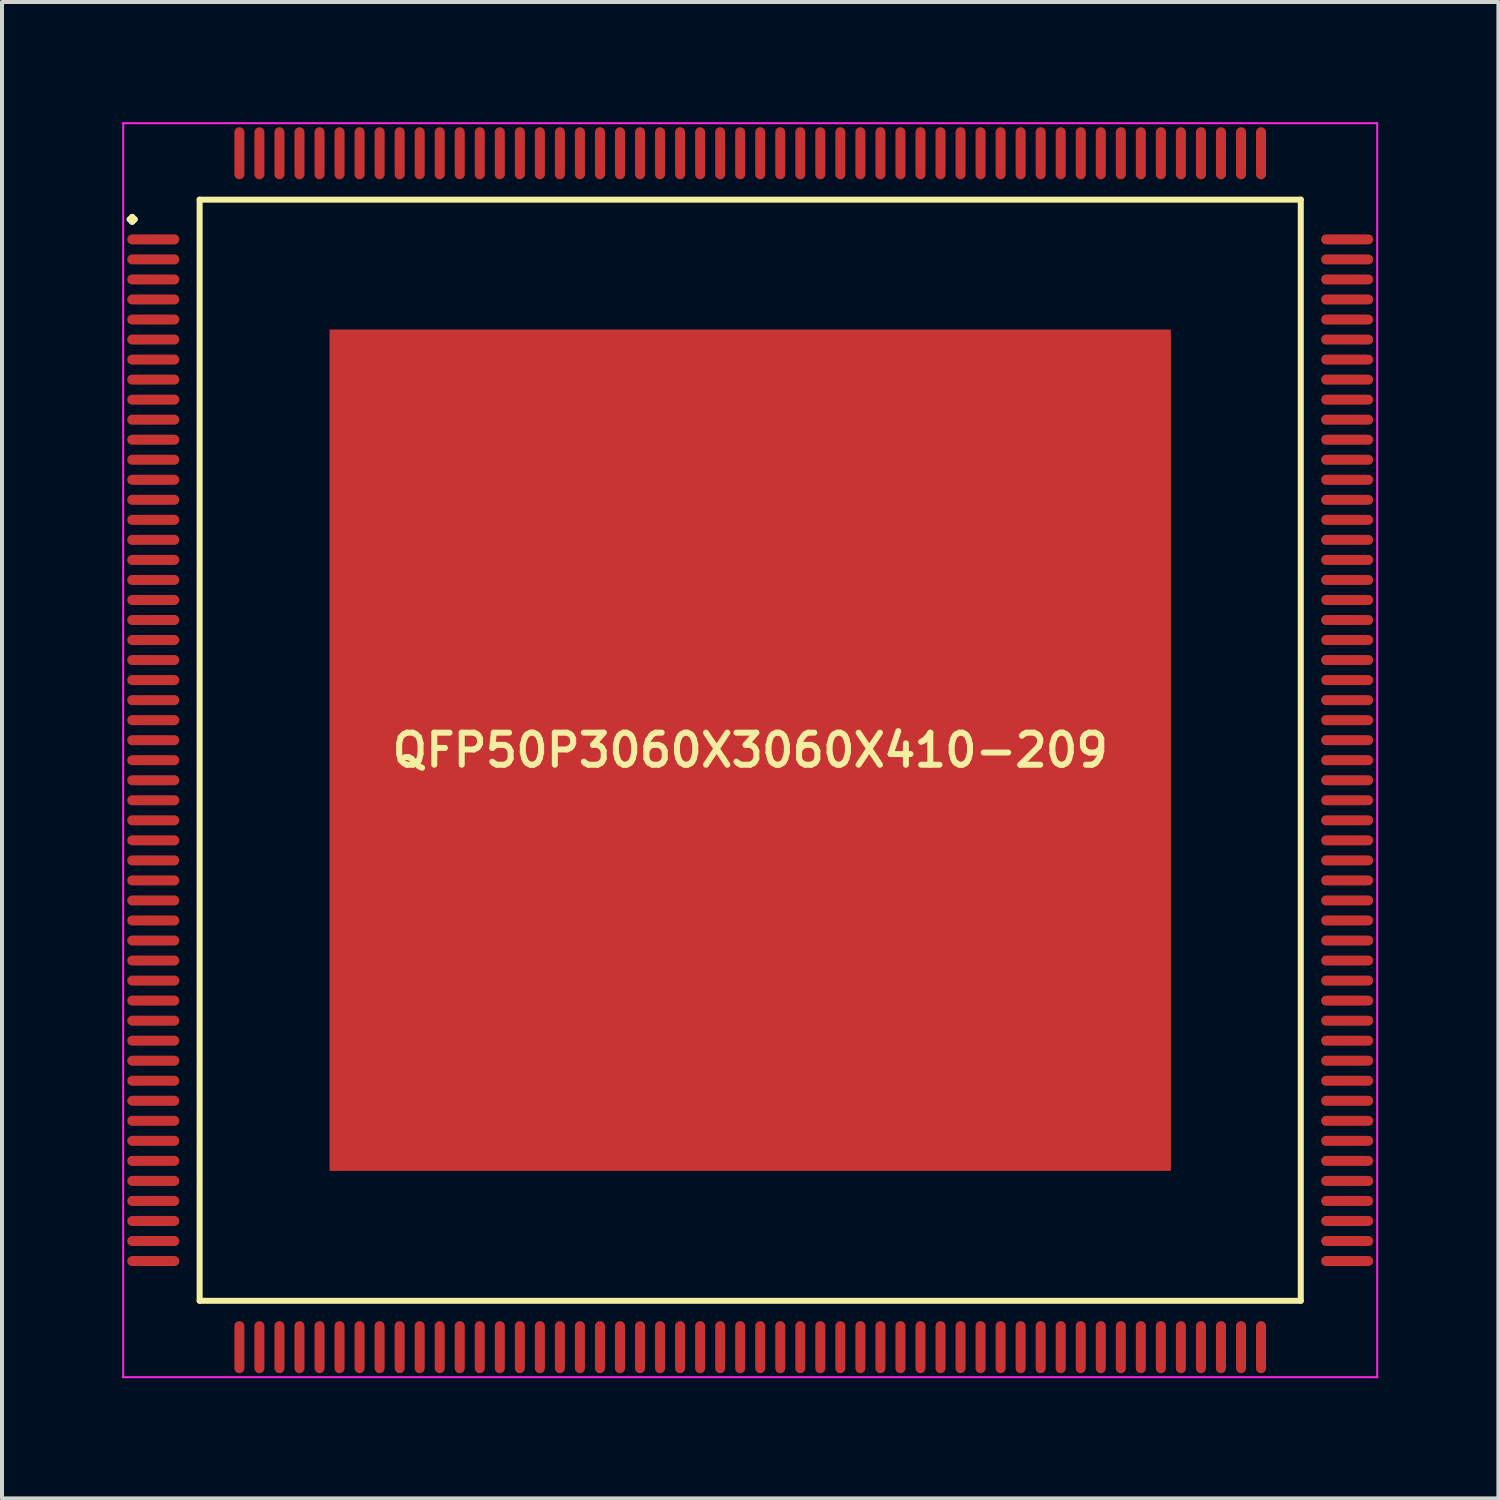
<source format=kicad_pcb>
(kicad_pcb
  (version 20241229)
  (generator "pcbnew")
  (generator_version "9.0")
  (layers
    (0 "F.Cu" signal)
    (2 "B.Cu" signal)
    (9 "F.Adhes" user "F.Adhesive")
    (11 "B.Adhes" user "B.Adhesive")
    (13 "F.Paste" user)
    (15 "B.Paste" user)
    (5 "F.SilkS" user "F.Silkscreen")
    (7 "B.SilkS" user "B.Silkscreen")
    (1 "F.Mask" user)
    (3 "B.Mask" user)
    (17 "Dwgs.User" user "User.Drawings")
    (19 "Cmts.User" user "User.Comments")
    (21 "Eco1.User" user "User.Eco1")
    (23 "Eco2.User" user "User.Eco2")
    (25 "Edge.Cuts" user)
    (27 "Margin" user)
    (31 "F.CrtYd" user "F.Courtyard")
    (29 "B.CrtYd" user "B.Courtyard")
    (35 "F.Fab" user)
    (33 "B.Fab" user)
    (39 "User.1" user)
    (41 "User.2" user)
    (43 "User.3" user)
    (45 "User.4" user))
  (footprint "QFP50P3060X3060X410-209"
    (layer "F.Cu")
    (at 15.675 15.675)
    (property "Reference" "QFP50P3060X3060X410-209" (at 0 0 0) (layer "F.SilkS") (effects (font (size 0.8 0.8) (thickness 0.15))))
    (attr smd)
    (fp_line (start -15.488 -13.25) (end -15.425 -13.312) (stroke (width 0.15) (type solid)) (layer "F.SilkS"))
    (fp_line (start -15.425 -13.312) (end -15.363 -13.25) (stroke (width 0.15) (type solid)) (layer "F.SilkS"))
    (fp_line (start -15.425 -13.188) (end -15.488 -13.25) (stroke (width 0.15) (type solid)) (layer "F.SilkS"))
    (fp_line (start -15.363 -13.25) (end -15.425 -13.188) (stroke (width 0.15) (type solid)) (layer "F.SilkS"))
    (fp_line (start -13.742 -13.742) (end -13.742 13.742) (stroke (width 0.15) (type solid)) (layer "F.SilkS"))
    (fp_line (start -13.742 13.742) (end 13.742 13.742) (stroke (width 0.15) (type solid)) (layer "F.SilkS"))
    (fp_line (start 13.742 -13.742) (end -13.742 -13.742) (stroke (width 0.15) (type solid)) (layer "F.SilkS"))
    (fp_line (start 13.742 13.742) (end 13.742 -13.742) (stroke (width 0.15) (type solid)) (layer "F.SilkS"))
    (fp_line (start -15.65 -15.65) (end 15.65 -15.65) (stroke (width 0.05) (type solid)) (layer "F.CrtYd"))
    (fp_line (start -15.65 15.65) (end -15.65 -15.65) (stroke (width 0.05) (type solid)) (layer "F.CrtYd"))
    (fp_line (start 15.65 -15.65) (end 15.65 15.65) (stroke (width 0.05) (type solid)) (layer "F.CrtYd"))
    (fp_line (start 15.65 15.65) (end -15.65 15.65) (stroke (width 0.05) (type solid)) (layer "F.CrtYd"))
    (pad "1" smd oval (at -14.9 -12.75) (size 1.3 0.25) (layers "F.Cu" "F.Mask" "F.Paste"))
    (pad "2" smd oval (at -14.9 -12.25) (size 1.3 0.25) (layers "F.Cu" "F.Mask" "F.Paste"))
    (pad "3" smd oval (at -14.9 -11.75) (size 1.3 0.25) (layers "F.Cu" "F.Mask" "F.Paste"))
    (pad "4" smd oval (at -14.9 -11.25) (size 1.3 0.25) (layers "F.Cu" "F.Mask" "F.Paste"))
    (pad "5" smd oval (at -14.9 -10.75) (size 1.3 0.25) (layers "F.Cu" "F.Mask" "F.Paste"))
    (pad "6" smd oval (at -14.9 -10.25) (size 1.3 0.25) (layers "F.Cu" "F.Mask" "F.Paste"))
    (pad "7" smd oval (at -14.9 -9.75) (size 1.3 0.25) (layers "F.Cu" "F.Mask" "F.Paste"))
    (pad "8" smd oval (at -14.9 -9.25) (size 1.3 0.25) (layers "F.Cu" "F.Mask" "F.Paste"))
    (pad "9" smd oval (at -14.9 -8.75) (size 1.3 0.25) (layers "F.Cu" "F.Mask" "F.Paste"))
    (pad "10" smd oval (at -14.9 -8.25) (size 1.3 0.25) (layers "F.Cu" "F.Mask" "F.Paste"))
    (pad "11" smd oval (at -14.9 -7.75) (size 1.3 0.25) (layers "F.Cu" "F.Mask" "F.Paste"))
    (pad "12" smd oval (at -14.9 -7.25) (size 1.3 0.25) (layers "F.Cu" "F.Mask" "F.Paste"))
    (pad "13" smd oval (at -14.9 -6.75) (size 1.3 0.25) (layers "F.Cu" "F.Mask" "F.Paste"))
    (pad "14" smd oval (at -14.9 -6.25) (size 1.3 0.25) (layers "F.Cu" "F.Mask" "F.Paste"))
    (pad "15" smd oval (at -14.9 -5.75) (size 1.3 0.25) (layers "F.Cu" "F.Mask" "F.Paste"))
    (pad "16" smd oval (at -14.9 -5.25) (size 1.3 0.25) (layers "F.Cu" "F.Mask" "F.Paste"))
    (pad "17" smd oval (at -14.9 -4.75) (size 1.3 0.25) (layers "F.Cu" "F.Mask" "F.Paste"))
    (pad "18" smd oval (at -14.9 -4.25) (size 1.3 0.25) (layers "F.Cu" "F.Mask" "F.Paste"))
    (pad "19" smd oval (at -14.9 -3.75) (size 1.3 0.25) (layers "F.Cu" "F.Mask" "F.Paste"))
    (pad "20" smd oval (at -14.9 -3.25) (size 1.3 0.25) (layers "F.Cu" "F.Mask" "F.Paste"))
    (pad "21" smd oval (at -14.9 -2.75) (size 1.3 0.25) (layers "F.Cu" "F.Mask" "F.Paste"))
    (pad "22" smd oval (at -14.9 -2.25) (size 1.3 0.25) (layers "F.Cu" "F.Mask" "F.Paste"))
    (pad "23" smd oval (at -14.9 -1.75) (size 1.3 0.25) (layers "F.Cu" "F.Mask" "F.Paste"))
    (pad "24" smd oval (at -14.9 -1.25) (size 1.3 0.25) (layers "F.Cu" "F.Mask" "F.Paste"))
    (pad "25" smd oval (at -14.9 -0.75) (size 1.3 0.25) (layers "F.Cu" "F.Mask" "F.Paste"))
    (pad "26" smd oval (at -14.9 -0.25) (size 1.3 0.25) (layers "F.Cu" "F.Mask" "F.Paste"))
    (pad "27" smd oval (at -14.9 0.25) (size 1.3 0.25) (layers "F.Cu" "F.Mask" "F.Paste"))
    (pad "28" smd oval (at -14.9 0.75) (size 1.3 0.25) (layers "F.Cu" "F.Mask" "F.Paste"))
    (pad "29" smd oval (at -14.9 1.25) (size 1.3 0.25) (layers "F.Cu" "F.Mask" "F.Paste"))
    (pad "30" smd oval (at -14.9 1.75) (size 1.3 0.25) (layers "F.Cu" "F.Mask" "F.Paste"))
    (pad "31" smd oval (at -14.9 2.25) (size 1.3 0.25) (layers "F.Cu" "F.Mask" "F.Paste"))
    (pad "32" smd oval (at -14.9 2.75) (size 1.3 0.25) (layers "F.Cu" "F.Mask" "F.Paste"))
    (pad "33" smd oval (at -14.9 3.25) (size 1.3 0.25) (layers "F.Cu" "F.Mask" "F.Paste"))
    (pad "34" smd oval (at -14.9 3.75) (size 1.3 0.25) (layers "F.Cu" "F.Mask" "F.Paste"))
    (pad "35" smd oval (at -14.9 4.25) (size 1.3 0.25) (layers "F.Cu" "F.Mask" "F.Paste"))
    (pad "36" smd oval (at -14.9 4.75) (size 1.3 0.25) (layers "F.Cu" "F.Mask" "F.Paste"))
    (pad "37" smd oval (at -14.9 5.25) (size 1.3 0.25) (layers "F.Cu" "F.Mask" "F.Paste"))
    (pad "38" smd oval (at -14.9 5.75) (size 1.3 0.25) (layers "F.Cu" "F.Mask" "F.Paste"))
    (pad "39" smd oval (at -14.9 6.25) (size 1.3 0.25) (layers "F.Cu" "F.Mask" "F.Paste"))
    (pad "40" smd oval (at -14.9 6.75) (size 1.3 0.25) (layers "F.Cu" "F.Mask" "F.Paste"))
    (pad "41" smd oval (at -14.9 7.25) (size 1.3 0.25) (layers "F.Cu" "F.Mask" "F.Paste"))
    (pad "42" smd oval (at -14.9 7.75) (size 1.3 0.25) (layers "F.Cu" "F.Mask" "F.Paste"))
    (pad "43" smd oval (at -14.9 8.25) (size 1.3 0.25) (layers "F.Cu" "F.Mask" "F.Paste"))
    (pad "44" smd oval (at -14.9 8.75) (size 1.3 0.25) (layers "F.Cu" "F.Mask" "F.Paste"))
    (pad "45" smd oval (at -14.9 9.25) (size 1.3 0.25) (layers "F.Cu" "F.Mask" "F.Paste"))
    (pad "46" smd oval (at -14.9 9.75) (size 1.3 0.25) (layers "F.Cu" "F.Mask" "F.Paste"))
    (pad "47" smd oval (at -14.9 10.25) (size 1.3 0.25) (layers "F.Cu" "F.Mask" "F.Paste"))
    (pad "48" smd oval (at -14.9 10.75) (size 1.3 0.25) (layers "F.Cu" "F.Mask" "F.Paste"))
    (pad "49" smd oval (at -14.9 11.25) (size 1.3 0.25) (layers "F.Cu" "F.Mask" "F.Paste"))
    (pad "50" smd oval (at -14.9 11.75) (size 1.3 0.25) (layers "F.Cu" "F.Mask" "F.Paste"))
    (pad "51" smd oval (at -14.9 12.25) (size 1.3 0.25) (layers "F.Cu" "F.Mask" "F.Paste"))
    (pad "52" smd oval (at -14.9 12.75) (size 1.3 0.25) (layers "F.Cu" "F.Mask" "F.Paste"))
    (pad "53" smd oval (at -12.75 14.9) (size 0.25 1.3) (layers "F.Cu" "F.Mask" "F.Paste"))
    (pad "54" smd oval (at -12.25 14.9) (size 0.25 1.3) (layers "F.Cu" "F.Mask" "F.Paste"))
    (pad "55" smd oval (at -11.75 14.9) (size 0.25 1.3) (layers "F.Cu" "F.Mask" "F.Paste"))
    (pad "56" smd oval (at -11.25 14.9) (size 0.25 1.3) (layers "F.Cu" "F.Mask" "F.Paste"))
    (pad "57" smd oval (at -10.75 14.9) (size 0.25 1.3) (layers "F.Cu" "F.Mask" "F.Paste"))
    (pad "58" smd oval (at -10.25 14.9) (size 0.25 1.3) (layers "F.Cu" "F.Mask" "F.Paste"))
    (pad "59" smd oval (at -9.75 14.9) (size 0.25 1.3) (layers "F.Cu" "F.Mask" "F.Paste"))
    (pad "60" smd oval (at -9.25 14.9) (size 0.25 1.3) (layers "F.Cu" "F.Mask" "F.Paste"))
    (pad "61" smd oval (at -8.75 14.9) (size 0.25 1.3) (layers "F.Cu" "F.Mask" "F.Paste"))
    (pad "62" smd oval (at -8.25 14.9) (size 0.25 1.3) (layers "F.Cu" "F.Mask" "F.Paste"))
    (pad "63" smd oval (at -7.75 14.9) (size 0.25 1.3) (layers "F.Cu" "F.Mask" "F.Paste"))
    (pad "64" smd oval (at -7.25 14.9) (size 0.25 1.3) (layers "F.Cu" "F.Mask" "F.Paste"))
    (pad "65" smd oval (at -6.75 14.9) (size 0.25 1.3) (layers "F.Cu" "F.Mask" "F.Paste"))
    (pad "66" smd oval (at -6.25 14.9) (size 0.25 1.3) (layers "F.Cu" "F.Mask" "F.Paste"))
    (pad "67" smd oval (at -5.75 14.9) (size 0.25 1.3) (layers "F.Cu" "F.Mask" "F.Paste"))
    (pad "68" smd oval (at -5.25 14.9) (size 0.25 1.3) (layers "F.Cu" "F.Mask" "F.Paste"))
    (pad "69" smd oval (at -4.75 14.9) (size 0.25 1.3) (layers "F.Cu" "F.Mask" "F.Paste"))
    (pad "70" smd oval (at -4.25 14.9) (size 0.25 1.3) (layers "F.Cu" "F.Mask" "F.Paste"))
    (pad "71" smd oval (at -3.75 14.9) (size 0.25 1.3) (layers "F.Cu" "F.Mask" "F.Paste"))
    (pad "72" smd oval (at -3.25 14.9) (size 0.25 1.3) (layers "F.Cu" "F.Mask" "F.Paste"))
    (pad "73" smd oval (at -2.75 14.9) (size 0.25 1.3) (layers "F.Cu" "F.Mask" "F.Paste"))
    (pad "74" smd oval (at -2.25 14.9) (size 0.25 1.3) (layers "F.Cu" "F.Mask" "F.Paste"))
    (pad "75" smd oval (at -1.75 14.9) (size 0.25 1.3) (layers "F.Cu" "F.Mask" "F.Paste"))
    (pad "76" smd oval (at -1.25 14.9) (size 0.25 1.3) (layers "F.Cu" "F.Mask" "F.Paste"))
    (pad "77" smd oval (at -0.75 14.9) (size 0.25 1.3) (layers "F.Cu" "F.Mask" "F.Paste"))
    (pad "78" smd oval (at -0.25 14.9) (size 0.25 1.3) (layers "F.Cu" "F.Mask" "F.Paste"))
    (pad "79" smd oval (at 0.25 14.9) (size 0.25 1.3) (layers "F.Cu" "F.Mask" "F.Paste"))
    (pad "80" smd oval (at 0.75 14.9) (size 0.25 1.3) (layers "F.Cu" "F.Mask" "F.Paste"))
    (pad "81" smd oval (at 1.25 14.9) (size 0.25 1.3) (layers "F.Cu" "F.Mask" "F.Paste"))
    (pad "82" smd oval (at 1.75 14.9) (size 0.25 1.3) (layers "F.Cu" "F.Mask" "F.Paste"))
    (pad "83" smd oval (at 2.25 14.9) (size 0.25 1.3) (layers "F.Cu" "F.Mask" "F.Paste"))
    (pad "84" smd oval (at 2.75 14.9) (size 0.25 1.3) (layers "F.Cu" "F.Mask" "F.Paste"))
    (pad "85" smd oval (at 3.25 14.9) (size 0.25 1.3) (layers "F.Cu" "F.Mask" "F.Paste"))
    (pad "86" smd oval (at 3.75 14.9) (size 0.25 1.3) (layers "F.Cu" "F.Mask" "F.Paste"))
    (pad "87" smd oval (at 4.25 14.9) (size 0.25 1.3) (layers "F.Cu" "F.Mask" "F.Paste"))
    (pad "88" smd oval (at 4.75 14.9) (size 0.25 1.3) (layers "F.Cu" "F.Mask" "F.Paste"))
    (pad "89" smd oval (at 5.25 14.9) (size 0.25 1.3) (layers "F.Cu" "F.Mask" "F.Paste"))
    (pad "90" smd oval (at 5.75 14.9) (size 0.25 1.3) (layers "F.Cu" "F.Mask" "F.Paste"))
    (pad "91" smd oval (at 6.25 14.9) (size 0.25 1.3) (layers "F.Cu" "F.Mask" "F.Paste"))
    (pad "92" smd oval (at 6.75 14.9) (size 0.25 1.3) (layers "F.Cu" "F.Mask" "F.Paste"))
    (pad "93" smd oval (at 7.25 14.9) (size 0.25 1.3) (layers "F.Cu" "F.Mask" "F.Paste"))
    (pad "94" smd oval (at 7.75 14.9) (size 0.25 1.3) (layers "F.Cu" "F.Mask" "F.Paste"))
    (pad "95" smd oval (at 8.25 14.9) (size 0.25 1.3) (layers "F.Cu" "F.Mask" "F.Paste"))
    (pad "96" smd oval (at 8.75 14.9) (size 0.25 1.3) (layers "F.Cu" "F.Mask" "F.Paste"))
    (pad "97" smd oval (at 9.25 14.9) (size 0.25 1.3) (layers "F.Cu" "F.Mask" "F.Paste"))
    (pad "98" smd oval (at 9.75 14.9) (size 0.25 1.3) (layers "F.Cu" "F.Mask" "F.Paste"))
    (pad "99" smd oval (at 10.25 14.9) (size 0.25 1.3) (layers "F.Cu" "F.Mask" "F.Paste"))
    (pad "100" smd oval (at 10.75 14.9) (size 0.25 1.3) (layers "F.Cu" "F.Mask" "F.Paste"))
    (pad "101" smd oval (at 11.25 14.9) (size 0.25 1.3) (layers "F.Cu" "F.Mask" "F.Paste"))
    (pad "102" smd oval (at 11.75 14.9) (size 0.25 1.3) (layers "F.Cu" "F.Mask" "F.Paste"))
    (pad "103" smd oval (at 12.25 14.9) (size 0.25 1.3) (layers "F.Cu" "F.Mask" "F.Paste"))
    (pad "104" smd oval (at 12.75 14.9) (size 0.25 1.3) (layers "F.Cu" "F.Mask" "F.Paste"))
    (pad "105" smd oval (at 14.9 12.75) (size 1.3 0.25) (layers "F.Cu" "F.Mask" "F.Paste"))
    (pad "106" smd oval (at 14.9 12.25) (size 1.3 0.25) (layers "F.Cu" "F.Mask" "F.Paste"))
    (pad "107" smd oval (at 14.9 11.75) (size 1.3 0.25) (layers "F.Cu" "F.Mask" "F.Paste"))
    (pad "108" smd oval (at 14.9 11.25) (size 1.3 0.25) (layers "F.Cu" "F.Mask" "F.Paste"))
    (pad "109" smd oval (at 14.9 10.75) (size 1.3 0.25) (layers "F.Cu" "F.Mask" "F.Paste"))
    (pad "110" smd oval (at 14.9 10.25) (size 1.3 0.25) (layers "F.Cu" "F.Mask" "F.Paste"))
    (pad "111" smd oval (at 14.9 9.75) (size 1.3 0.25) (layers "F.Cu" "F.Mask" "F.Paste"))
    (pad "112" smd oval (at 14.9 9.25) (size 1.3 0.25) (layers "F.Cu" "F.Mask" "F.Paste"))
    (pad "113" smd oval (at 14.9 8.75) (size 1.3 0.25) (layers "F.Cu" "F.Mask" "F.Paste"))
    (pad "114" smd oval (at 14.9 8.25) (size 1.3 0.25) (layers "F.Cu" "F.Mask" "F.Paste"))
    (pad "115" smd oval (at 14.9 7.75) (size 1.3 0.25) (layers "F.Cu" "F.Mask" "F.Paste"))
    (pad "116" smd oval (at 14.9 7.25) (size 1.3 0.25) (layers "F.Cu" "F.Mask" "F.Paste"))
    (pad "117" smd oval (at 14.9 6.75) (size 1.3 0.25) (layers "F.Cu" "F.Mask" "F.Paste"))
    (pad "118" smd oval (at 14.9 6.25) (size 1.3 0.25) (layers "F.Cu" "F.Mask" "F.Paste"))
    (pad "119" smd oval (at 14.9 5.75) (size 1.3 0.25) (layers "F.Cu" "F.Mask" "F.Paste"))
    (pad "120" smd oval (at 14.9 5.25) (size 1.3 0.25) (layers "F.Cu" "F.Mask" "F.Paste"))
    (pad "121" smd oval (at 14.9 4.75) (size 1.3 0.25) (layers "F.Cu" "F.Mask" "F.Paste"))
    (pad "122" smd oval (at 14.9 4.25) (size 1.3 0.25) (layers "F.Cu" "F.Mask" "F.Paste"))
    (pad "123" smd oval (at 14.9 3.75) (size 1.3 0.25) (layers "F.Cu" "F.Mask" "F.Paste"))
    (pad "124" smd oval (at 14.9 3.25) (size 1.3 0.25) (layers "F.Cu" "F.Mask" "F.Paste"))
    (pad "125" smd oval (at 14.9 2.75) (size 1.3 0.25) (layers "F.Cu" "F.Mask" "F.Paste"))
    (pad "126" smd oval (at 14.9 2.25) (size 1.3 0.25) (layers "F.Cu" "F.Mask" "F.Paste"))
    (pad "127" smd oval (at 14.9 1.75) (size 1.3 0.25) (layers "F.Cu" "F.Mask" "F.Paste"))
    (pad "128" smd oval (at 14.9 1.25) (size 1.3 0.25) (layers "F.Cu" "F.Mask" "F.Paste"))
    (pad "129" smd oval (at 14.9 0.75) (size 1.3 0.25) (layers "F.Cu" "F.Mask" "F.Paste"))
    (pad "130" smd oval (at 14.9 0.25) (size 1.3 0.25) (layers "F.Cu" "F.Mask" "F.Paste"))
    (pad "131" smd oval (at 14.9 -0.25) (size 1.3 0.25) (layers "F.Cu" "F.Mask" "F.Paste"))
    (pad "132" smd oval (at 14.9 -0.75) (size 1.3 0.25) (layers "F.Cu" "F.Mask" "F.Paste"))
    (pad "133" smd oval (at 14.9 -1.25) (size 1.3 0.25) (layers "F.Cu" "F.Mask" "F.Paste"))
    (pad "134" smd oval (at 14.9 -1.75) (size 1.3 0.25) (layers "F.Cu" "F.Mask" "F.Paste"))
    (pad "135" smd oval (at 14.9 -2.25) (size 1.3 0.25) (layers "F.Cu" "F.Mask" "F.Paste"))
    (pad "136" smd oval (at 14.9 -2.75) (size 1.3 0.25) (layers "F.Cu" "F.Mask" "F.Paste"))
    (pad "137" smd oval (at 14.9 -3.25) (size 1.3 0.25) (layers "F.Cu" "F.Mask" "F.Paste"))
    (pad "138" smd oval (at 14.9 -3.75) (size 1.3 0.25) (layers "F.Cu" "F.Mask" "F.Paste"))
    (pad "139" smd oval (at 14.9 -4.25) (size 1.3 0.25) (layers "F.Cu" "F.Mask" "F.Paste"))
    (pad "140" smd oval (at 14.9 -4.75) (size 1.3 0.25) (layers "F.Cu" "F.Mask" "F.Paste"))
    (pad "141" smd oval (at 14.9 -5.25) (size 1.3 0.25) (layers "F.Cu" "F.Mask" "F.Paste"))
    (pad "142" smd oval (at 14.9 -5.75) (size 1.3 0.25) (layers "F.Cu" "F.Mask" "F.Paste"))
    (pad "143" smd oval (at 14.9 -6.25) (size 1.3 0.25) (layers "F.Cu" "F.Mask" "F.Paste"))
    (pad "144" smd oval (at 14.9 -6.75) (size 1.3 0.25) (layers "F.Cu" "F.Mask" "F.Paste"))
    (pad "145" smd oval (at 14.9 -7.25) (size 1.3 0.25) (layers "F.Cu" "F.Mask" "F.Paste"))
    (pad "146" smd oval (at 14.9 -7.75) (size 1.3 0.25) (layers "F.Cu" "F.Mask" "F.Paste"))
    (pad "147" smd oval (at 14.9 -8.25) (size 1.3 0.25) (layers "F.Cu" "F.Mask" "F.Paste"))
    (pad "148" smd oval (at 14.9 -8.75) (size 1.3 0.25) (layers "F.Cu" "F.Mask" "F.Paste"))
    (pad "149" smd oval (at 14.9 -9.25) (size 1.3 0.25) (layers "F.Cu" "F.Mask" "F.Paste"))
    (pad "150" smd oval (at 14.9 -9.75) (size 1.3 0.25) (layers "F.Cu" "F.Mask" "F.Paste"))
    (pad "151" smd oval (at 14.9 -10.25) (size 1.3 0.25) (layers "F.Cu" "F.Mask" "F.Paste"))
    (pad "152" smd oval (at 14.9 -10.75) (size 1.3 0.25) (layers "F.Cu" "F.Mask" "F.Paste"))
    (pad "153" smd oval (at 14.9 -11.25) (size 1.3 0.25) (layers "F.Cu" "F.Mask" "F.Paste"))
    (pad "154" smd oval (at 14.9 -11.75) (size 1.3 0.25) (layers "F.Cu" "F.Mask" "F.Paste"))
    (pad "155" smd oval (at 14.9 -12.25) (size 1.3 0.25) (layers "F.Cu" "F.Mask" "F.Paste"))
    (pad "156" smd oval (at 14.9 -12.75) (size 1.3 0.25) (layers "F.Cu" "F.Mask" "F.Paste"))
    (pad "157" smd oval (at 12.75 -14.9) (size 0.25 1.3) (layers "F.Cu" "F.Mask" "F.Paste"))
    (pad "158" smd oval (at 12.25 -14.9) (size 0.25 1.3) (layers "F.Cu" "F.Mask" "F.Paste"))
    (pad "159" smd oval (at 11.75 -14.9) (size 0.25 1.3) (layers "F.Cu" "F.Mask" "F.Paste"))
    (pad "160" smd oval (at 11.25 -14.9) (size 0.25 1.3) (layers "F.Cu" "F.Mask" "F.Paste"))
    (pad "161" smd oval (at 10.75 -14.9) (size 0.25 1.3) (layers "F.Cu" "F.Mask" "F.Paste"))
    (pad "162" smd oval (at 10.25 -14.9) (size 0.25 1.3) (layers "F.Cu" "F.Mask" "F.Paste"))
    (pad "163" smd oval (at 9.75 -14.9) (size 0.25 1.3) (layers "F.Cu" "F.Mask" "F.Paste"))
    (pad "164" smd oval (at 9.25 -14.9) (size 0.25 1.3) (layers "F.Cu" "F.Mask" "F.Paste"))
    (pad "165" smd oval (at 8.75 -14.9) (size 0.25 1.3) (layers "F.Cu" "F.Mask" "F.Paste"))
    (pad "166" smd oval (at 8.25 -14.9) (size 0.25 1.3) (layers "F.Cu" "F.Mask" "F.Paste"))
    (pad "167" smd oval (at 7.75 -14.9) (size 0.25 1.3) (layers "F.Cu" "F.Mask" "F.Paste"))
    (pad "168" smd oval (at 7.25 -14.9) (size 0.25 1.3) (layers "F.Cu" "F.Mask" "F.Paste"))
    (pad "169" smd oval (at 6.75 -14.9) (size 0.25 1.3) (layers "F.Cu" "F.Mask" "F.Paste"))
    (pad "170" smd oval (at 6.25 -14.9) (size 0.25 1.3) (layers "F.Cu" "F.Mask" "F.Paste"))
    (pad "171" smd oval (at 5.75 -14.9) (size 0.25 1.3) (layers "F.Cu" "F.Mask" "F.Paste"))
    (pad "172" smd oval (at 5.25 -14.9) (size 0.25 1.3) (layers "F.Cu" "F.Mask" "F.Paste"))
    (pad "173" smd oval (at 4.75 -14.9) (size 0.25 1.3) (layers "F.Cu" "F.Mask" "F.Paste"))
    (pad "174" smd oval (at 4.25 -14.9) (size 0.25 1.3) (layers "F.Cu" "F.Mask" "F.Paste"))
    (pad "175" smd oval (at 3.75 -14.9) (size 0.25 1.3) (layers "F.Cu" "F.Mask" "F.Paste"))
    (pad "176" smd oval (at 3.25 -14.9) (size 0.25 1.3) (layers "F.Cu" "F.Mask" "F.Paste"))
    (pad "177" smd oval (at 2.75 -14.9) (size 0.25 1.3) (layers "F.Cu" "F.Mask" "F.Paste"))
    (pad "178" smd oval (at 2.25 -14.9) (size 0.25 1.3) (layers "F.Cu" "F.Mask" "F.Paste"))
    (pad "179" smd oval (at 1.75 -14.9) (size 0.25 1.3) (layers "F.Cu" "F.Mask" "F.Paste"))
    (pad "180" smd oval (at 1.25 -14.9) (size 0.25 1.3) (layers "F.Cu" "F.Mask" "F.Paste"))
    (pad "181" smd oval (at 0.75 -14.9) (size 0.25 1.3) (layers "F.Cu" "F.Mask" "F.Paste"))
    (pad "182" smd oval (at 0.25 -14.9) (size 0.25 1.3) (layers "F.Cu" "F.Mask" "F.Paste"))
    (pad "183" smd oval (at -0.25 -14.9) (size 0.25 1.3) (layers "F.Cu" "F.Mask" "F.Paste"))
    (pad "184" smd oval (at -0.75 -14.9) (size 0.25 1.3) (layers "F.Cu" "F.Mask" "F.Paste"))
    (pad "185" smd oval (at -1.25 -14.9) (size 0.25 1.3) (layers "F.Cu" "F.Mask" "F.Paste"))
    (pad "186" smd oval (at -1.75 -14.9) (size 0.25 1.3) (layers "F.Cu" "F.Mask" "F.Paste"))
    (pad "187" smd oval (at -2.25 -14.9) (size 0.25 1.3) (layers "F.Cu" "F.Mask" "F.Paste"))
    (pad "188" smd oval (at -2.75 -14.9) (size 0.25 1.3) (layers "F.Cu" "F.Mask" "F.Paste"))
    (pad "189" smd oval (at -3.25 -14.9) (size 0.25 1.3) (layers "F.Cu" "F.Mask" "F.Paste"))
    (pad "190" smd oval (at -3.75 -14.9) (size 0.25 1.3) (layers "F.Cu" "F.Mask" "F.Paste"))
    (pad "191" smd oval (at -4.25 -14.9) (size 0.25 1.3) (layers "F.Cu" "F.Mask" "F.Paste"))
    (pad "192" smd oval (at -4.75 -14.9) (size 0.25 1.3) (layers "F.Cu" "F.Mask" "F.Paste"))
    (pad "193" smd oval (at -5.25 -14.9) (size 0.25 1.3) (layers "F.Cu" "F.Mask" "F.Paste"))
    (pad "194" smd oval (at -5.75 -14.9) (size 0.25 1.3) (layers "F.Cu" "F.Mask" "F.Paste"))
    (pad "195" smd oval (at -6.25 -14.9) (size 0.25 1.3) (layers "F.Cu" "F.Mask" "F.Paste"))
    (pad "196" smd oval (at -6.75 -14.9) (size 0.25 1.3) (layers "F.Cu" "F.Mask" "F.Paste"))
    (pad "197" smd oval (at -7.25 -14.9) (size 0.25 1.3) (layers "F.Cu" "F.Mask" "F.Paste"))
    (pad "198" smd oval (at -7.75 -14.9) (size 0.25 1.3) (layers "F.Cu" "F.Mask" "F.Paste"))
    (pad "199" smd oval (at -8.25 -14.9) (size 0.25 1.3) (layers "F.Cu" "F.Mask" "F.Paste"))
    (pad "200" smd oval (at -8.75 -14.9) (size 0.25 1.3) (layers "F.Cu" "F.Mask" "F.Paste"))
    (pad "201" smd oval (at -9.25 -14.9) (size 0.25 1.3) (layers "F.Cu" "F.Mask" "F.Paste"))
    (pad "202" smd oval (at -9.75 -14.9) (size 0.25 1.3) (layers "F.Cu" "F.Mask" "F.Paste"))
    (pad "203" smd oval (at -10.25 -14.9) (size 0.25 1.3) (layers "F.Cu" "F.Mask" "F.Paste"))
    (pad "204" smd oval (at -10.75 -14.9) (size 0.25 1.3) (layers "F.Cu" "F.Mask" "F.Paste"))
    (pad "205" smd oval (at -11.25 -14.9) (size 0.25 1.3) (layers "F.Cu" "F.Mask" "F.Paste"))
    (pad "206" smd oval (at -11.75 -14.9) (size 0.25 1.3) (layers "F.Cu" "F.Mask" "F.Paste"))
    (pad "207" smd oval (at -12.25 -14.9) (size 0.25 1.3) (layers "F.Cu" "F.Mask" "F.Paste"))
    (pad "208" smd oval (at -12.75 -14.9) (size 0.25 1.3) (layers "F.Cu" "F.Mask" "F.Paste"))
    (pad "209" smd rect (at 0 0) (size 21 21) (layers "F.Cu" "F.Mask" "F.Paste")))
  (gr_rect
    (start -3 -3)
    (end 34.35 34.35)
    (stroke (width 0.1) (type default))
    (fill no)
    (layer "Edge.Cuts")))
</source>
